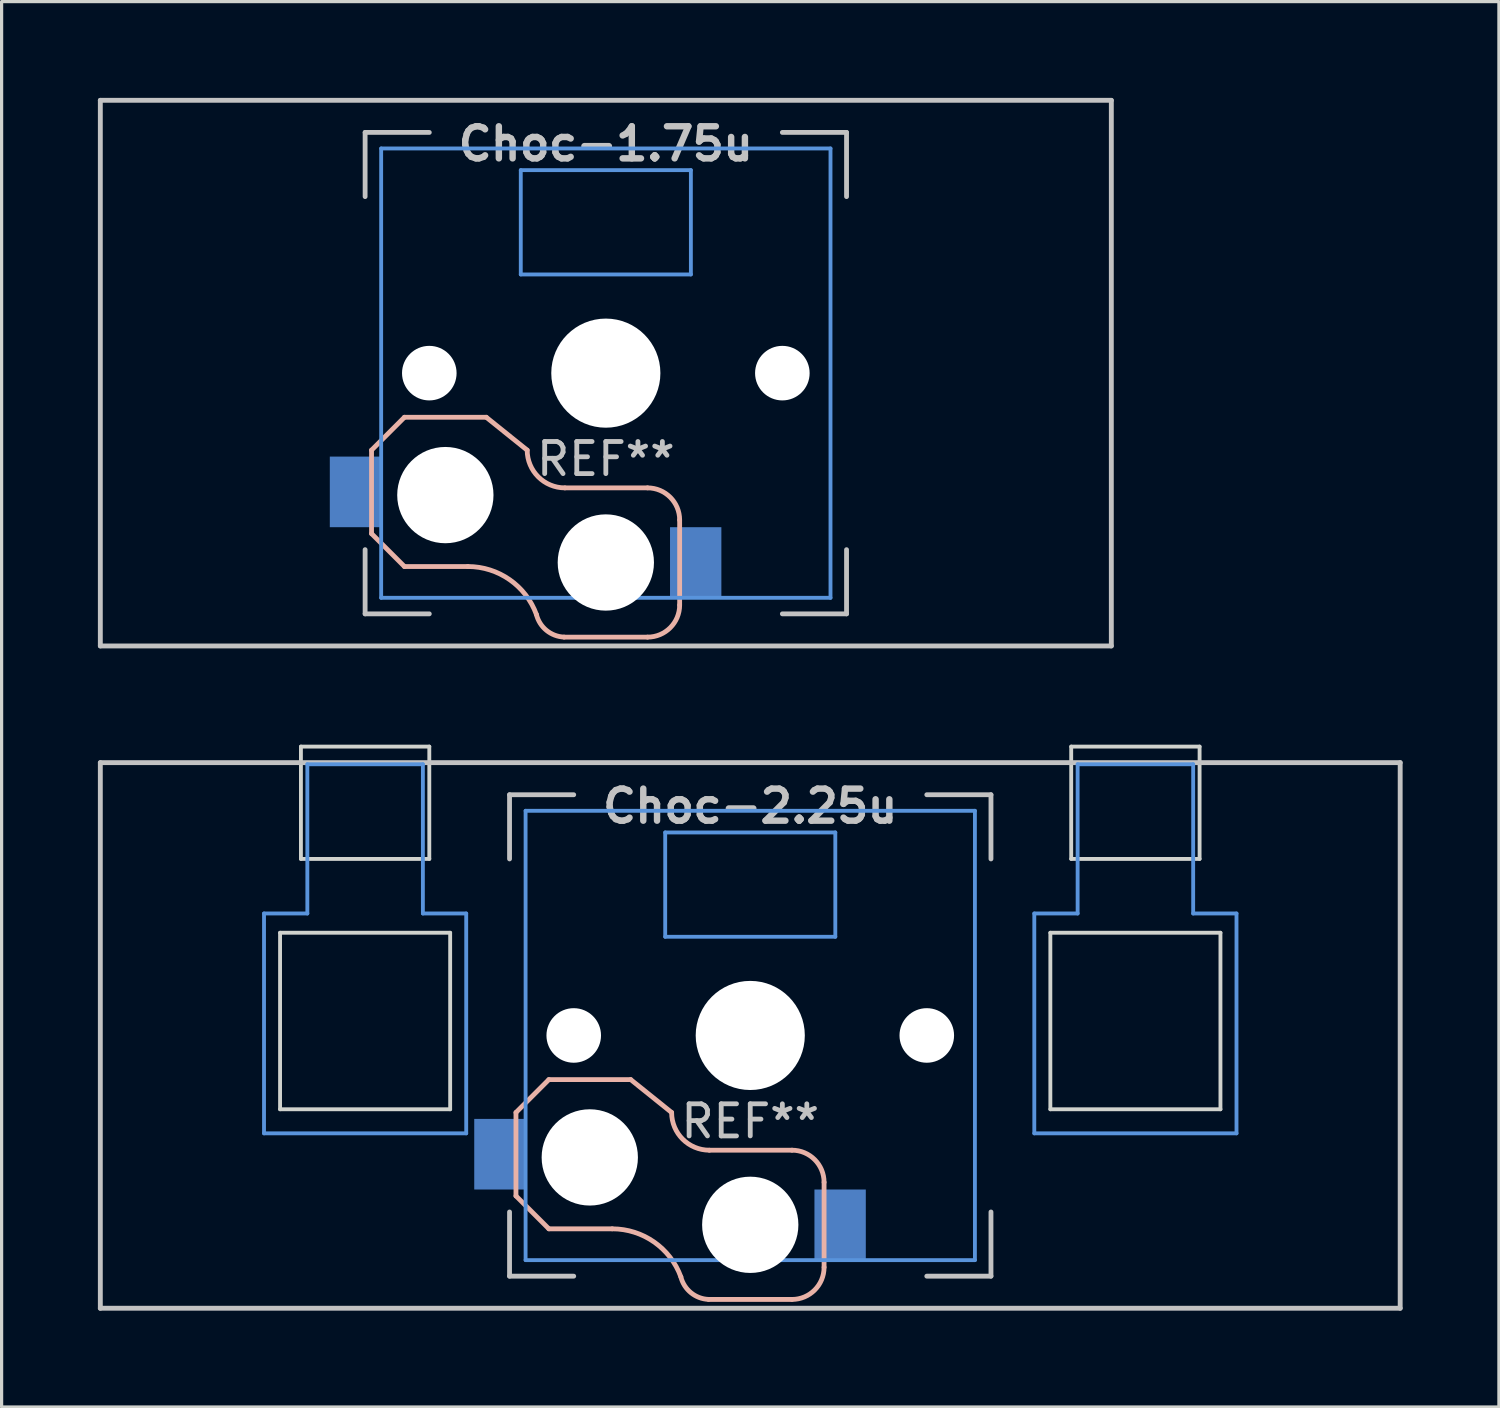
<source format=kicad_pcb>
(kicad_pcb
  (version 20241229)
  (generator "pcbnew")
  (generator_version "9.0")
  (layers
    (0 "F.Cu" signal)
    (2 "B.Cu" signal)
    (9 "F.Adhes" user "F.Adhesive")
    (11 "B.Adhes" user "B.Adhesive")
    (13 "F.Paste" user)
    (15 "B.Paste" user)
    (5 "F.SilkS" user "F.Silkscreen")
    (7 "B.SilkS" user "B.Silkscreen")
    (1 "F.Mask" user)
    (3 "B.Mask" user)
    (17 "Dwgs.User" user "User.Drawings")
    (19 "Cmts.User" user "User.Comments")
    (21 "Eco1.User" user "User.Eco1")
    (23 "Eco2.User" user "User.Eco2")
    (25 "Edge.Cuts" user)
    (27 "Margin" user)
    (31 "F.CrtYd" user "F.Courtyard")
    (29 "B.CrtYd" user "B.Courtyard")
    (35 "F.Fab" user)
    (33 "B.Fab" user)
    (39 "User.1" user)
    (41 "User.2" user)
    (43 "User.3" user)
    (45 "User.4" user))
  (footprint "Choc-1.75u"
    (layer "F.Cu")
    (at 15.826 8.576)
    (property "Reference" "Choc-1.75u" (at 0 -7.144 180) (layer "Dwgs.User") (effects (font (size 1 1) (thickness 0.2))))
    (attr smd)
    (fp_line (start -7.3 2.4) (end -7.3 5) (stroke (width 0.15) (type solid)) (layer "B.SilkS"))
    (fp_line (start -7.3 2.4) (end -6.275 1.375) (stroke (width 0.15) (type solid)) (layer "B.SilkS"))
    (fp_line (start -7.3 5) (end -6.275 6.025) (stroke (width 0.15) (type solid)) (layer "B.SilkS"))
    (fp_line (start -4.3 6.025) (end -6.275 6.025) (stroke (width 0.15) (type solid)) (layer "B.SilkS"))
    (fp_line (start -3.725 1.375) (end -6.275 1.375) (stroke (width 0.15) (type solid)) (layer "B.SilkS"))
    (fp_line (start -3.725 1.375) (end -2.45 2.4) (stroke (width 0.15) (type solid)) (layer "B.SilkS"))
    (fp_line (start 1.3 3.575) (end -1.275 3.575) (stroke (width 0.15) (type solid)) (layer "B.SilkS"))
    (fp_line (start 1.3 8.225) (end -1.3 8.225) (stroke (width 0.15) (type solid)) (layer "B.SilkS"))
    (fp_line (start 2.3 4.575) (end 2.3 7.225) (stroke (width 0.15) (type solid)) (layer "B.SilkS"))
    (fp_arc (start -4.3 6.025) (mid -2.995114 6.436429) (end -2.162199 7.521904) (stroke (width 0.15) (type solid)) (layer "B.SilkS"))
    (fp_arc (start -1.300995 8.223791) (mid -1.848284 8.016021) (end -2.162199 7.521904) (stroke (width 0.15) (type solid)) (layer "B.SilkS"))
    (fp_arc (start -1.275 3.575) (mid -2.10585 3.23085) (end -2.45 2.4) (stroke (width 0.15) (type solid)) (layer "B.SilkS"))
    (fp_arc (start 1.3 3.575) (mid 2.007107 3.867893) (end 2.3 4.575) (stroke (width 0.15) (type solid)) (layer "B.SilkS"))
    (fp_arc (start 2.3 7.225) (mid 2.007107 7.932107) (end 1.3 8.225) (stroke (width 0.15) (type solid)) (layer "B.SilkS"))
    (fp_line (start -15.75 -8.5) (end 15.75 -8.5) (stroke (width 0.152) (type solid)) (layer "Dwgs.User"))
    (fp_line (start -15.75 8.5) (end -15.75 -8.5) (stroke (width 0.152) (type solid)) (layer "Dwgs.User"))
    (fp_line (start -7.5 -7.5) (end -7.5 -5.5) (stroke (width 0.15) (type solid)) (layer "Dwgs.User"))
    (fp_line (start -7.5 7.5) (end -7.5 5.5) (stroke (width 0.15) (type solid)) (layer "Dwgs.User"))
    (fp_line (start -5.5 -7.5) (end -7.5 -7.5) (stroke (width 0.15) (type solid)) (layer "Dwgs.User"))
    (fp_line (start -5.5 7.5) (end -7.5 7.5) (stroke (width 0.15) (type solid)) (layer "Dwgs.User"))
    (fp_line (start 5.5 -7.5) (end 7.5 -7.5) (stroke (width 0.15) (type solid)) (layer "Dwgs.User"))
    (fp_line (start 5.5 7.5) (end 7.5 7.5) (stroke (width 0.15) (type solid)) (layer "Dwgs.User"))
    (fp_line (start 7.5 -7.5) (end 7.5 -5.5) (stroke (width 0.15) (type solid)) (layer "Dwgs.User"))
    (fp_line (start 7.5 7.5) (end 7.5 5.5) (stroke (width 0.15) (type solid)) (layer "Dwgs.User"))
    (fp_line (start 15.75 -8.5) (end 15.75 8.5) (stroke (width 0.152) (type solid)) (layer "Dwgs.User"))
    (fp_line (start 15.75 8.5) (end -15.75 8.5) (stroke (width 0.152) (type solid)) (layer "Dwgs.User"))
    (fp_line (start -7 -7) (end -7 7) (stroke (width 0.12) (type solid)) (layer "Cmts.User"))
    (fp_line (start -7 7) (end 7 7) (stroke (width 0.12) (type solid)) (layer "Cmts.User"))
    (fp_line (start -2.65 -6.325) (end 2.65 -6.325) (stroke (width 0.12) (type solid)) (layer "Cmts.User"))
    (fp_line (start -2.65 -3.075) (end -2.65 -6.325) (stroke (width 0.12) (type solid)) (layer "Cmts.User"))
    (fp_line (start 2.65 -6.325) (end 2.65 -3.075) (stroke (width 0.12) (type solid)) (layer "Cmts.User"))
    (fp_line (start 2.65 -3.075) (end -2.65 -3.075) (stroke (width 0.12) (type solid)) (layer "Cmts.User"))
    (fp_line (start 7 -7) (end -7 -7) (stroke (width 0.12) (type solid)) (layer "Cmts.User"))
    (fp_line (start 7 7) (end 7 -7) (stroke (width 0.12) (type solid)) (layer "Cmts.User"))
    (fp_text user "REF**" (at 0 2.675 0) (layer "Dwgs.User") (effects (font (size 1 1) (thickness 0.15))))
    (pad "" np_thru_hole circle (at -5.5 0 180) (size 1.7 1.7) (drill 1.7) (layers "*.Cu" "*.Mask"))
    (pad "" np_thru_hole circle (at -5 3.8 90) (size 3 3) (drill 3) (layers "*.Cu" "*.Mask"))
    (pad "" np_thru_hole circle (at 0 0 90) (size 3.4 3.4) (drill 3.4) (layers "*.Cu" "*.Mask"))
    (pad "" np_thru_hole circle (at 0 5.9 90) (size 3 3) (drill 3) (layers "*.Cu" "*.Mask"))
    (pad "" np_thru_hole circle (at 5.5 0 180) (size 1.7 1.7) (drill 1.7) (layers "*.Cu" "*.Mask"))
    (pad "1" smd rect (at -7.8 3.7 180) (size 1.6 2.2) (layers "B.Cu" "B.Mask" "B.Paste"))
    (pad "2" smd rect (at 2.8 5.9 180) (size 1.6 2.2) (layers "B.Cu" "B.Mask" "B.Paste")))
  (footprint "Choc-2.25u"
    (layer "F.Cu")
    (at 20.326 29.212)
    (property "Reference" "Choc-2.25u" (at 0 -7.144 180) (layer "Dwgs.User") (effects (font (size 1 1) (thickness 0.2))))
    (attr smd)
    (fp_line (start -7.3 2.4) (end -7.3 5) (stroke (width 0.15) (type solid)) (layer "B.SilkS"))
    (fp_line (start -7.3 2.4) (end -6.275 1.375) (stroke (width 0.15) (type solid)) (layer "B.SilkS"))
    (fp_line (start -7.3 5) (end -6.275 6.025) (stroke (width 0.15) (type solid)) (layer "B.SilkS"))
    (fp_line (start -4.3 6.025) (end -6.275 6.025) (stroke (width 0.15) (type solid)) (layer "B.SilkS"))
    (fp_line (start -3.725 1.375) (end -6.275 1.375) (stroke (width 0.15) (type solid)) (layer "B.SilkS"))
    (fp_line (start -3.725 1.375) (end -2.45 2.4) (stroke (width 0.15) (type solid)) (layer "B.SilkS"))
    (fp_line (start 1.3 3.575) (end -1.275 3.575) (stroke (width 0.15) (type solid)) (layer "B.SilkS"))
    (fp_line (start 1.3 8.225) (end -1.3 8.225) (stroke (width 0.15) (type solid)) (layer "B.SilkS"))
    (fp_line (start 2.3 4.575) (end 2.3 7.225) (stroke (width 0.15) (type solid)) (layer "B.SilkS"))
    (fp_arc (start -4.3 6.025) (mid -2.995114 6.436429) (end -2.162199 7.521904) (stroke (width 0.15) (type solid)) (layer "B.SilkS"))
    (fp_arc (start -1.300995 8.223791) (mid -1.848284 8.016021) (end -2.162199 7.521904) (stroke (width 0.15) (type solid)) (layer "B.SilkS"))
    (fp_arc (start -1.275 3.575) (mid -2.10585 3.23085) (end -2.45 2.4) (stroke (width 0.15) (type solid)) (layer "B.SilkS"))
    (fp_arc (start 1.3 3.575) (mid 2.007107 3.867893) (end 2.3 4.575) (stroke (width 0.15) (type solid)) (layer "B.SilkS"))
    (fp_arc (start 2.3 7.225) (mid 2.007107 7.932107) (end 1.3 8.225) (stroke (width 0.15) (type solid)) (layer "B.SilkS"))
    (fp_line (start -20.25 -8.5) (end 20.25 -8.5) (stroke (width 0.152) (type solid)) (layer "Dwgs.User"))
    (fp_line (start -20.25 8.5) (end -20.25 -8.5) (stroke (width 0.152) (type solid)) (layer "Dwgs.User"))
    (fp_line (start -7.5 -7.5) (end -7.5 -5.5) (stroke (width 0.15) (type solid)) (layer "Dwgs.User"))
    (fp_line (start -7.5 7.5) (end -7.5 5.5) (stroke (width 0.15) (type solid)) (layer "Dwgs.User"))
    (fp_line (start -5.5 -7.5) (end -7.5 -7.5) (stroke (width 0.15) (type solid)) (layer "Dwgs.User"))
    (fp_line (start -5.5 7.5) (end -7.5 7.5) (stroke (width 0.15) (type solid)) (layer "Dwgs.User"))
    (fp_line (start 5.5 -7.5) (end 7.5 -7.5) (stroke (width 0.15) (type solid)) (layer "Dwgs.User"))
    (fp_line (start 5.5 7.5) (end 7.5 7.5) (stroke (width 0.15) (type solid)) (layer "Dwgs.User"))
    (fp_line (start 7.5 -7.5) (end 7.5 -5.5) (stroke (width 0.15) (type solid)) (layer "Dwgs.User"))
    (fp_line (start 7.5 7.5) (end 7.5 5.5) (stroke (width 0.15) (type solid)) (layer "Dwgs.User"))
    (fp_line (start 20.25 -8.5) (end 20.25 8.5) (stroke (width 0.152) (type solid)) (layer "Dwgs.User"))
    (fp_line (start 20.25 8.5) (end -20.25 8.5) (stroke (width 0.152) (type solid)) (layer "Dwgs.User"))
    (fp_line (start -15.15 -3.8) (end -13.8 -3.8) (stroke (width 0.12) (type solid)) (layer "Cmts.User"))
    (fp_line (start -15.15 3.05) (end -15.15 -3.8) (stroke (width 0.12) (type solid)) (layer "Cmts.User"))
    (fp_line (start -15.15 3.05) (end -8.85 3.05) (stroke (width 0.12) (type solid)) (layer "Cmts.User"))
    (fp_line (start -13.8 -8.45) (end -13.8 -3.8) (stroke (width 0.12) (type solid)) (layer "Cmts.User"))
    (fp_line (start -13.8 -8.45) (end -10.2 -8.45) (stroke (width 0.12) (type solid)) (layer "Cmts.User"))
    (fp_line (start -10.2 -8.45) (end -10.2 -3.8) (stroke (width 0.12) (type solid)) (layer "Cmts.User"))
    (fp_line (start -10.2 -3.8) (end -8.85 -3.8) (stroke (width 0.12) (type solid)) (layer "Cmts.User"))
    (fp_line (start -8.85 3.05) (end -8.85 -3.8) (stroke (width 0.12) (type solid)) (layer "Cmts.User"))
    (fp_line (start -7 -7) (end -7 7) (stroke (width 0.12) (type solid)) (layer "Cmts.User"))
    (fp_line (start -7 7) (end 7 7) (stroke (width 0.12) (type solid)) (layer "Cmts.User"))
    (fp_line (start -2.65 -6.325) (end 2.65 -6.325) (stroke (width 0.12) (type solid)) (layer "Cmts.User"))
    (fp_line (start -2.65 -3.075) (end -2.65 -6.325) (stroke (width 0.12) (type solid)) (layer "Cmts.User"))
    (fp_line (start 2.65 -6.325) (end 2.65 -3.075) (stroke (width 0.12) (type solid)) (layer "Cmts.User"))
    (fp_line (start 2.65 -3.075) (end -2.65 -3.075) (stroke (width 0.12) (type solid)) (layer "Cmts.User"))
    (fp_line (start 7 -7) (end -7 -7) (stroke (width 0.12) (type solid)) (layer "Cmts.User"))
    (fp_line (start 7 7) (end 7 -7) (stroke (width 0.12) (type solid)) (layer "Cmts.User"))
    (fp_line (start 8.85 -3.8) (end 10.2 -3.8) (stroke (width 0.12) (type solid)) (layer "Cmts.User"))
    (fp_line (start 8.85 3.05) (end 8.85 -3.8) (stroke (width 0.12) (type solid)) (layer "Cmts.User"))
    (fp_line (start 8.85 3.05) (end 15.15 3.05) (stroke (width 0.12) (type solid)) (layer "Cmts.User"))
    (fp_line (start 10.2 -8.45) (end 10.2 -3.8) (stroke (width 0.12) (type solid)) (layer "Cmts.User"))
    (fp_line (start 10.2 -8.45) (end 13.8 -8.45) (stroke (width 0.12) (type solid)) (layer "Cmts.User"))
    (fp_line (start 13.8 -8.45) (end 13.8 -3.8) (stroke (width 0.12) (type solid)) (layer "Cmts.User"))
    (fp_line (start 13.8 -3.8) (end 15.15 -3.8) (stroke (width 0.12) (type solid)) (layer "Cmts.User"))
    (fp_line (start 15.15 3.05) (end 15.15 -3.8) (stroke (width 0.12) (type solid)) (layer "Cmts.User"))
    (fp_line (start -14.65 -3.2) (end -14.65 2.3) (stroke (width 0.12) (type solid)) (layer "Edge.Cuts"))
    (fp_line (start -14.65 -3.2) (end -9.35 -3.2) (stroke (width 0.12) (type solid)) (layer "Edge.Cuts"))
    (fp_line (start -14.65 2.3) (end -9.35 2.3) (stroke (width 0.12) (type solid)) (layer "Edge.Cuts"))
    (fp_line (start -14 -9) (end -14 -5.5) (stroke (width 0.12) (type solid)) (layer "Edge.Cuts"))
    (fp_line (start -14 -9) (end -10 -9) (stroke (width 0.12) (type solid)) (layer "Edge.Cuts"))
    (fp_line (start -14 -5.5) (end -10 -5.5) (stroke (width 0.12) (type solid)) (layer "Edge.Cuts"))
    (fp_line (start -10 -5.5) (end -10 -9) (stroke (width 0.12) (type solid)) (layer "Edge.Cuts"))
    (fp_line (start -9.35 2.3) (end -9.35 -3.2) (stroke (width 0.12) (type solid)) (layer "Edge.Cuts"))
    (fp_line (start 9.35 -3.2) (end 9.35 2.3) (stroke (width 0.12) (type solid)) (layer "Edge.Cuts"))
    (fp_line (start 9.35 -3.2) (end 14.65 -3.2) (stroke (width 0.12) (type solid)) (layer "Edge.Cuts"))
    (fp_line (start 9.35 2.3) (end 14.65 2.3) (stroke (width 0.12) (type solid)) (layer "Edge.Cuts"))
    (fp_line (start 10 -9) (end 10 -5.5) (stroke (width 0.12) (type solid)) (layer "Edge.Cuts"))
    (fp_line (start 10 -9) (end 14 -9) (stroke (width 0.12) (type solid)) (layer "Edge.Cuts"))
    (fp_line (start 10 -5.5) (end 14 -5.5) (stroke (width 0.12) (type solid)) (layer "Edge.Cuts"))
    (fp_line (start 14 -5.5) (end 14 -9) (stroke (width 0.12) (type solid)) (layer "Edge.Cuts"))
    (fp_line (start 14.65 2.3) (end 14.65 -3.2) (stroke (width 0.12) (type solid)) (layer "Edge.Cuts"))
    (fp_text user "REF**" (at 0 2.675 0) (layer "Dwgs.User") (effects (font (size 1 1) (thickness 0.15))))
    (pad "" np_thru_hole circle (at -5.5 0 180) (size 1.7 1.7) (drill 1.7) (layers "*.Cu" "*.Mask"))
    (pad "" np_thru_hole circle (at -5 3.8 90) (size 3 3) (drill 3) (layers "*.Cu" "*.Mask"))
    (pad "" np_thru_hole circle (at 0 0 90) (size 3.4 3.4) (drill 3.4) (layers "*.Cu" "*.Mask"))
    (pad "" np_thru_hole circle (at 0 5.9 90) (size 3 3) (drill 3) (layers "*.Cu" "*.Mask"))
    (pad "" np_thru_hole circle (at 5.5 0 180) (size 1.7 1.7) (drill 1.7) (layers "*.Cu" "*.Mask"))
    (pad "1" smd rect (at -7.8 3.7 180) (size 1.6 2.2) (layers "B.Cu" "B.Mask" "B.Paste"))
    (pad "2" smd rect (at 2.8 5.9 180) (size 1.6 2.2) (layers "B.Cu" "B.Mask" "B.Paste")))
  (gr_rect
    (start -3 -3)
    (end 43.652 40.789)
    (stroke (width 0.1) (type default))
    (fill no)
    (layer "Edge.Cuts")))
</source>
